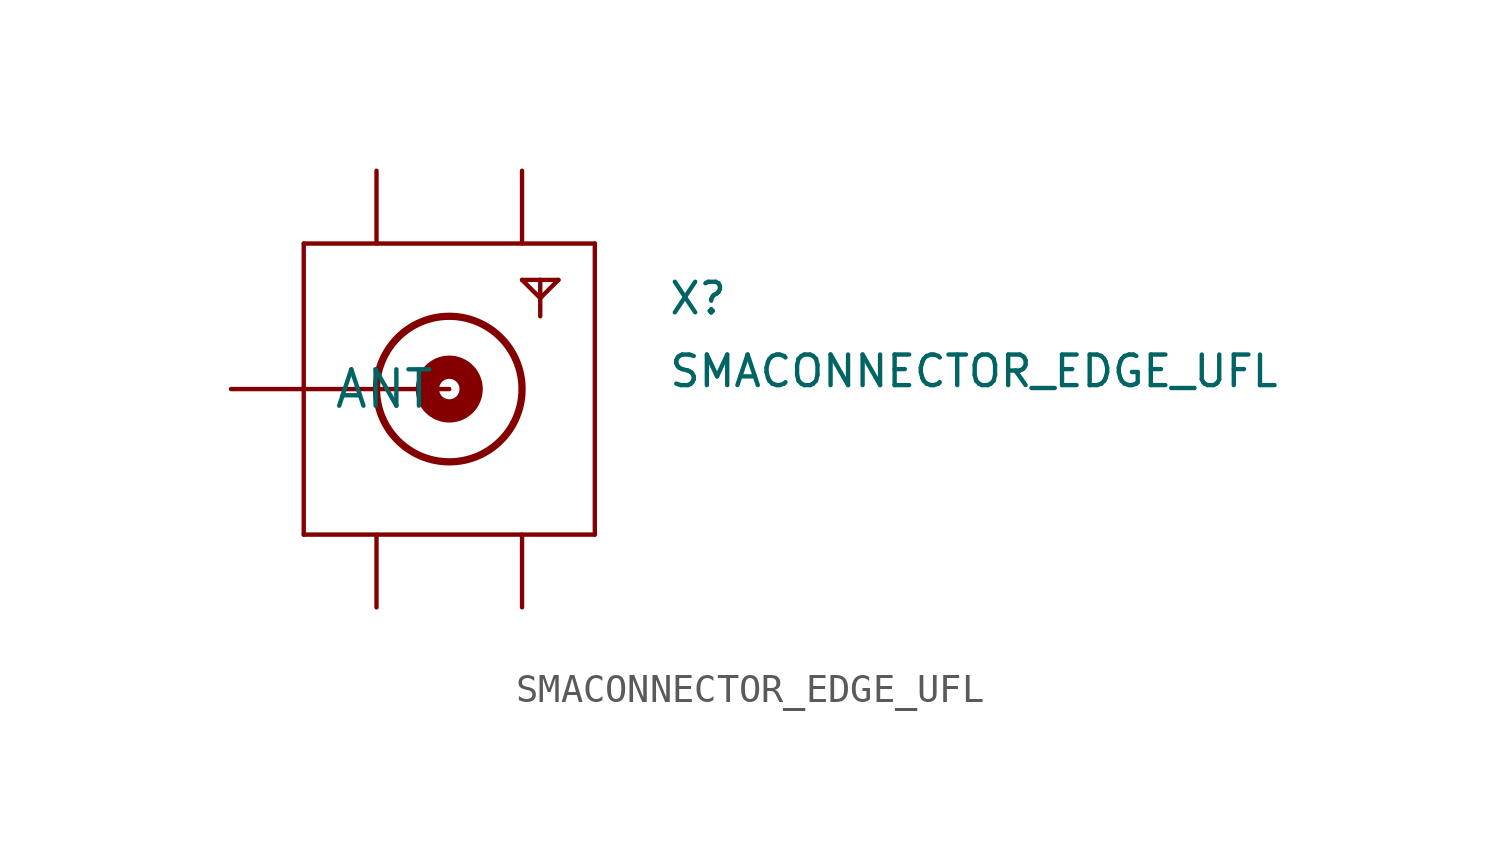
<source format=kicad_sym>
(kicad_symbol_lib
  (version 20211014)
  (generator kicad_symbol_editor)
  (symbol "SMACONNECTOR_EDGE_UFL"
    (pin_names
      (offset 1.016))
    (property "Reference" "X"
      (at 7.62 2.54 0)
      (effects (font (size 1.067 1.067)) (justify left bottom)))
    (property "Value" "SMACONNECTOR_EDGE_UFL"
      (at 7.62 0 0)
      (effects (font (size 1.067 1.067)) (justify left bottom)))
    (property "ki_locked" ""
      (at 0 0 0)
      (effects (font (size 1.27 1.27))))
    (symbol "SMACONNECTOR_EDGE_UFL_1_0"
      (polyline (pts (xy -5.08 -5.08) (xy -5.08 0)) (stroke (width 0) (type default) (color 0 0 0 0)) (fill (type none)))
      (polyline (pts (xy -5.08 0) (xy -5.08 5.08)) (stroke (width 0) (type default) (color 0 0 0 0)) (fill (type none)))
      (polyline (pts (xy -5.08 0) (xy 0 0)) (stroke (width 0) (type default) (color 0 0 0 0)) (fill (type none)))
      (polyline (pts (xy -5.08 5.08) (xy 5.08 5.08)) (stroke (width 0) (type default) (color 0 0 0 0)) (fill (type none)))
      (polyline (pts (xy 2.54 3.81) (xy 3.175 3.81)) (stroke (width 0) (type default) (color 0 0 0 0)) (fill (type none)))
      (polyline (pts (xy 3.175 3.175) (xy 2.54 3.81)) (stroke (width 0) (type default) (color 0 0 0 0)) (fill (type none)))
      (polyline (pts (xy 3.175 3.81) (xy 3.175 2.54)) (stroke (width 0) (type default) (color 0 0 0 0)) (fill (type none)))
      (polyline (pts (xy 3.175 3.81) (xy 3.81 3.81)) (stroke (width 0) (type default) (color 0 0 0 0)) (fill (type none)))
      (polyline (pts (xy 3.81 3.81) (xy 3.175 3.175)) (stroke (width 0) (type default) (color 0 0 0 0)) (fill (type none)))
      (polyline (pts (xy 5.08 -5.08) (xy -5.08 -5.08)) (stroke (width 0) (type default) (color 0 0 0 0)) (fill (type none)))
      (polyline (pts (xy 5.08 5.08) (xy 5.08 -5.08)) (stroke (width 0) (type default) (color 0 0 0 0)) (fill (type none)))
      (circle (center 0 0) (radius 0.356) (stroke (width 0.813) (type default) (color 0 0 0 0)) (fill (type none)))
      (circle (center 0 0) (radius 2.54) (stroke (width 0.254) (type default) (color 0 0 0 0)) (fill (type none)))
      (pin power_in line (at -2.54 7.62 270) (length 2.54) (name "GND1" (effects (font (size 0 0)))) (number "GND@1" (effects (font (size 0 0)))))
      (pin power_in line (at 2.54 7.62 270) (length 2.54) (name "GND2" (effects (font (size 0 0)))) (number "GND@2" (effects (font (size 0 0)))))
      (pin power_in line (at -2.54 -7.62 90) (length 2.54) (name "GND3" (effects (font (size 0 0)))) (number "GND@3" (effects (font (size 0 0)))))
      (pin power_in line (at 2.54 -7.62 90) (length 2.54) (name "GND4" (effects (font (size 0 0)))) (number "GND@4" (effects (font (size 0 0)))))
      (pin bidirectional line (at -7.62 0 0) (length 2.54) (name "ANT" (effects (font (size 1.27 1.27)))) (number "P" (effects (font (size 0 0))))))))
</source>
